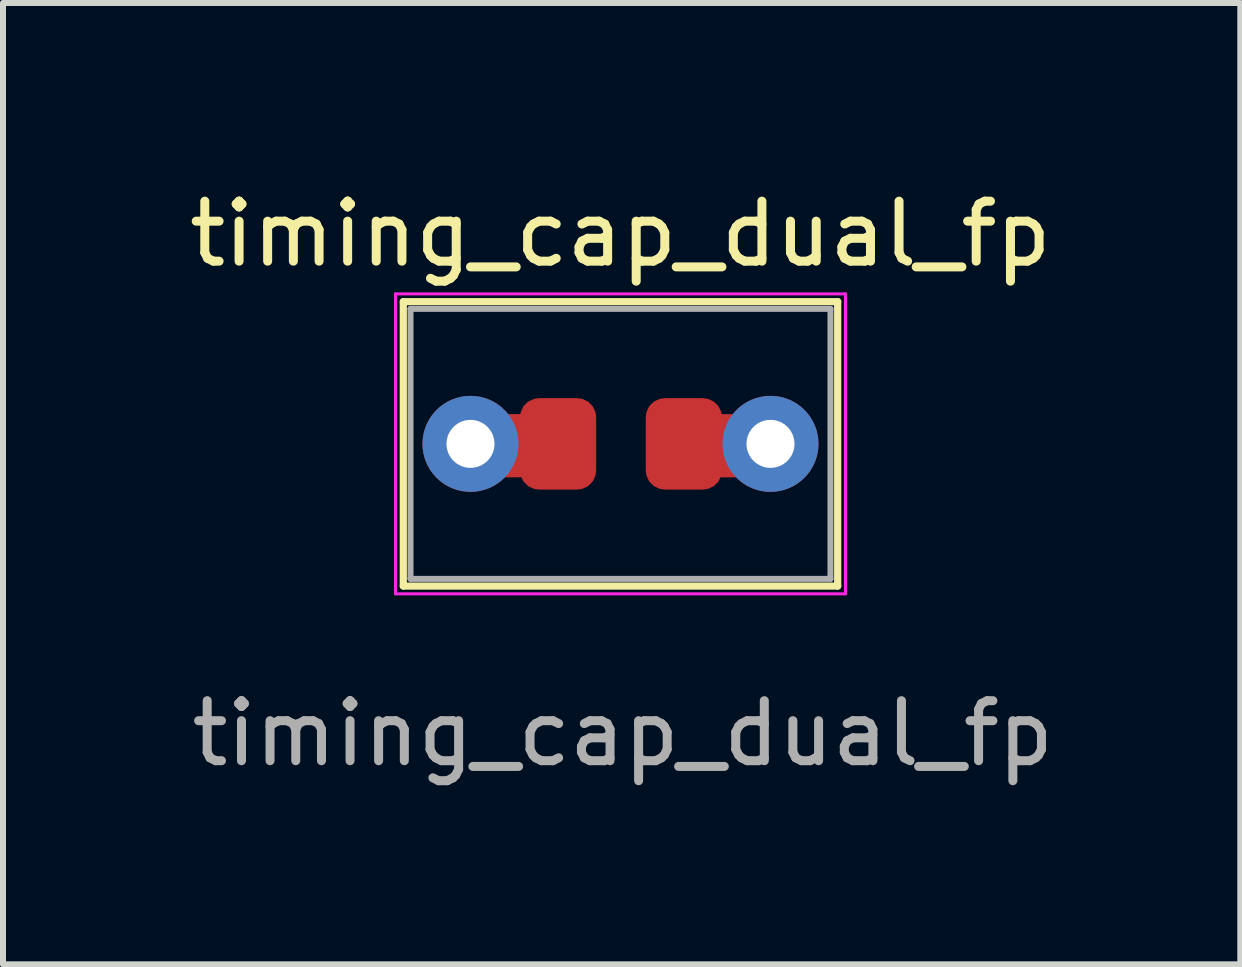
<source format=kicad_pcb>
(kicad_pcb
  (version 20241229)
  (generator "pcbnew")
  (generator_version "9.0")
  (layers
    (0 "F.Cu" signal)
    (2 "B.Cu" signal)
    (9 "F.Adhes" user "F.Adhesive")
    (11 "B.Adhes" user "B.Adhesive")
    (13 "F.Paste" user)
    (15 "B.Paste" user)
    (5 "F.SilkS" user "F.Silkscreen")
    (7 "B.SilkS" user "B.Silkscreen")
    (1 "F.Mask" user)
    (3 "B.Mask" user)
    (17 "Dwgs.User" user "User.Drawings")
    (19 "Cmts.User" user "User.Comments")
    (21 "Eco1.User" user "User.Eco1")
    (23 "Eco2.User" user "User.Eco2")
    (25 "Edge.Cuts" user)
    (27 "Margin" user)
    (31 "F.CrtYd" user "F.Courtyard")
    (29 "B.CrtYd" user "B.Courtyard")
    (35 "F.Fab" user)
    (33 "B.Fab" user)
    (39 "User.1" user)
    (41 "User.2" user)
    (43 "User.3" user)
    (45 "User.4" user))
  (footprint "timing_cap_dual_fp"
    (layer "F.Cu")
    (at 4.792 4.348)
    (property "Reference" "timing_cap_dual_fp" (at 2.5 -3.5 0) (layer "F.SilkS") (effects (font (size 1 1) (thickness 0.15))))
    (attr through_hole)
    (fp_poly (pts (xy 0.889 0.508) (xy 0.508 0.508) (xy 0.508 -0.445) (xy 0.889 -0.445)) (stroke (width 0.1) (type solid)) (fill yes) (layer "F.Cu"))
    (fp_poly (pts (xy 4.445 0.508) (xy 4.064 0.508) (xy 4.064 -0.445) (xy 4.445 -0.445)) (stroke (width 0.1) (type solid)) (fill yes) (layer "F.Cu"))
    (fp_line (start -1.12 -2.37) (end -1.12 2.37) (stroke (width 0.12) (type solid)) (layer "F.SilkS"))
    (fp_line (start -1.12 -2.37) (end 6.12 -2.37) (stroke (width 0.12) (type solid)) (layer "F.SilkS"))
    (fp_line (start -1.12 2.37) (end 6.12 2.37) (stroke (width 0.12) (type solid)) (layer "F.SilkS"))
    (fp_line (start 6.12 -2.37) (end 6.12 2.37) (stroke (width 0.12) (type solid)) (layer "F.SilkS"))
    (fp_line (start -1.25 -2.5) (end -1.25 2.5) (stroke (width 0.05) (type solid)) (layer "F.CrtYd"))
    (fp_line (start -1.25 2.5) (end 6.25 2.5) (stroke (width 0.05) (type solid)) (layer "F.CrtYd"))
    (fp_line (start 6.25 -2.5) (end -1.25 -2.5) (stroke (width 0.05) (type solid)) (layer "F.CrtYd"))
    (fp_line (start 6.25 2.5) (end 6.25 -2.5) (stroke (width 0.05) (type solid)) (layer "F.CrtYd"))
    (fp_line (start -1 -2.25) (end -1 2.25) (stroke (width 0.1) (type solid)) (layer "F.Fab"))
    (fp_line (start -1 2.25) (end 6 2.25) (stroke (width 0.1) (type solid)) (layer "F.Fab"))
    (fp_line (start 6 -2.25) (end -1 -2.25) (stroke (width 0.1) (type solid)) (layer "F.Fab"))
    (fp_line (start 6 2.25) (end 6 -2.25) (stroke (width 0.1) (type solid)) (layer "F.Fab"))
    (fp_text user "${REFERENCE}" (at 2.54 4.826 0) (layer "F.Fab") (effects (font (size 1 1) (thickness 0.15))))
    (pad "1" thru_hole circle (at 0 0) (size 1.6 1.6) (drill 0.8) (layers "*.Cu" "*.Mask"))
    (pad "1" smd roundrect (at 1.46 0) (size 1.27 1.524) (layers "F.Cu" "F.Mask" "F.Paste") (roundrect_rratio 0.25))
    (pad "2" smd roundrect (at 3.556 0) (size 1.27 1.524) (layers "F.Cu" "F.Mask" "F.Paste") (roundrect_rratio 0.25))
    (pad "2" thru_hole circle (at 5 0) (size 1.6 1.6) (drill 0.8) (layers "*.Cu" "*.Mask")))
  (gr_rect
    (start -3 -3)
    (end 17.623 13.023)
    (stroke (width 0.1) (type default))
    (fill no)
    (layer "Edge.Cuts")))
</source>
